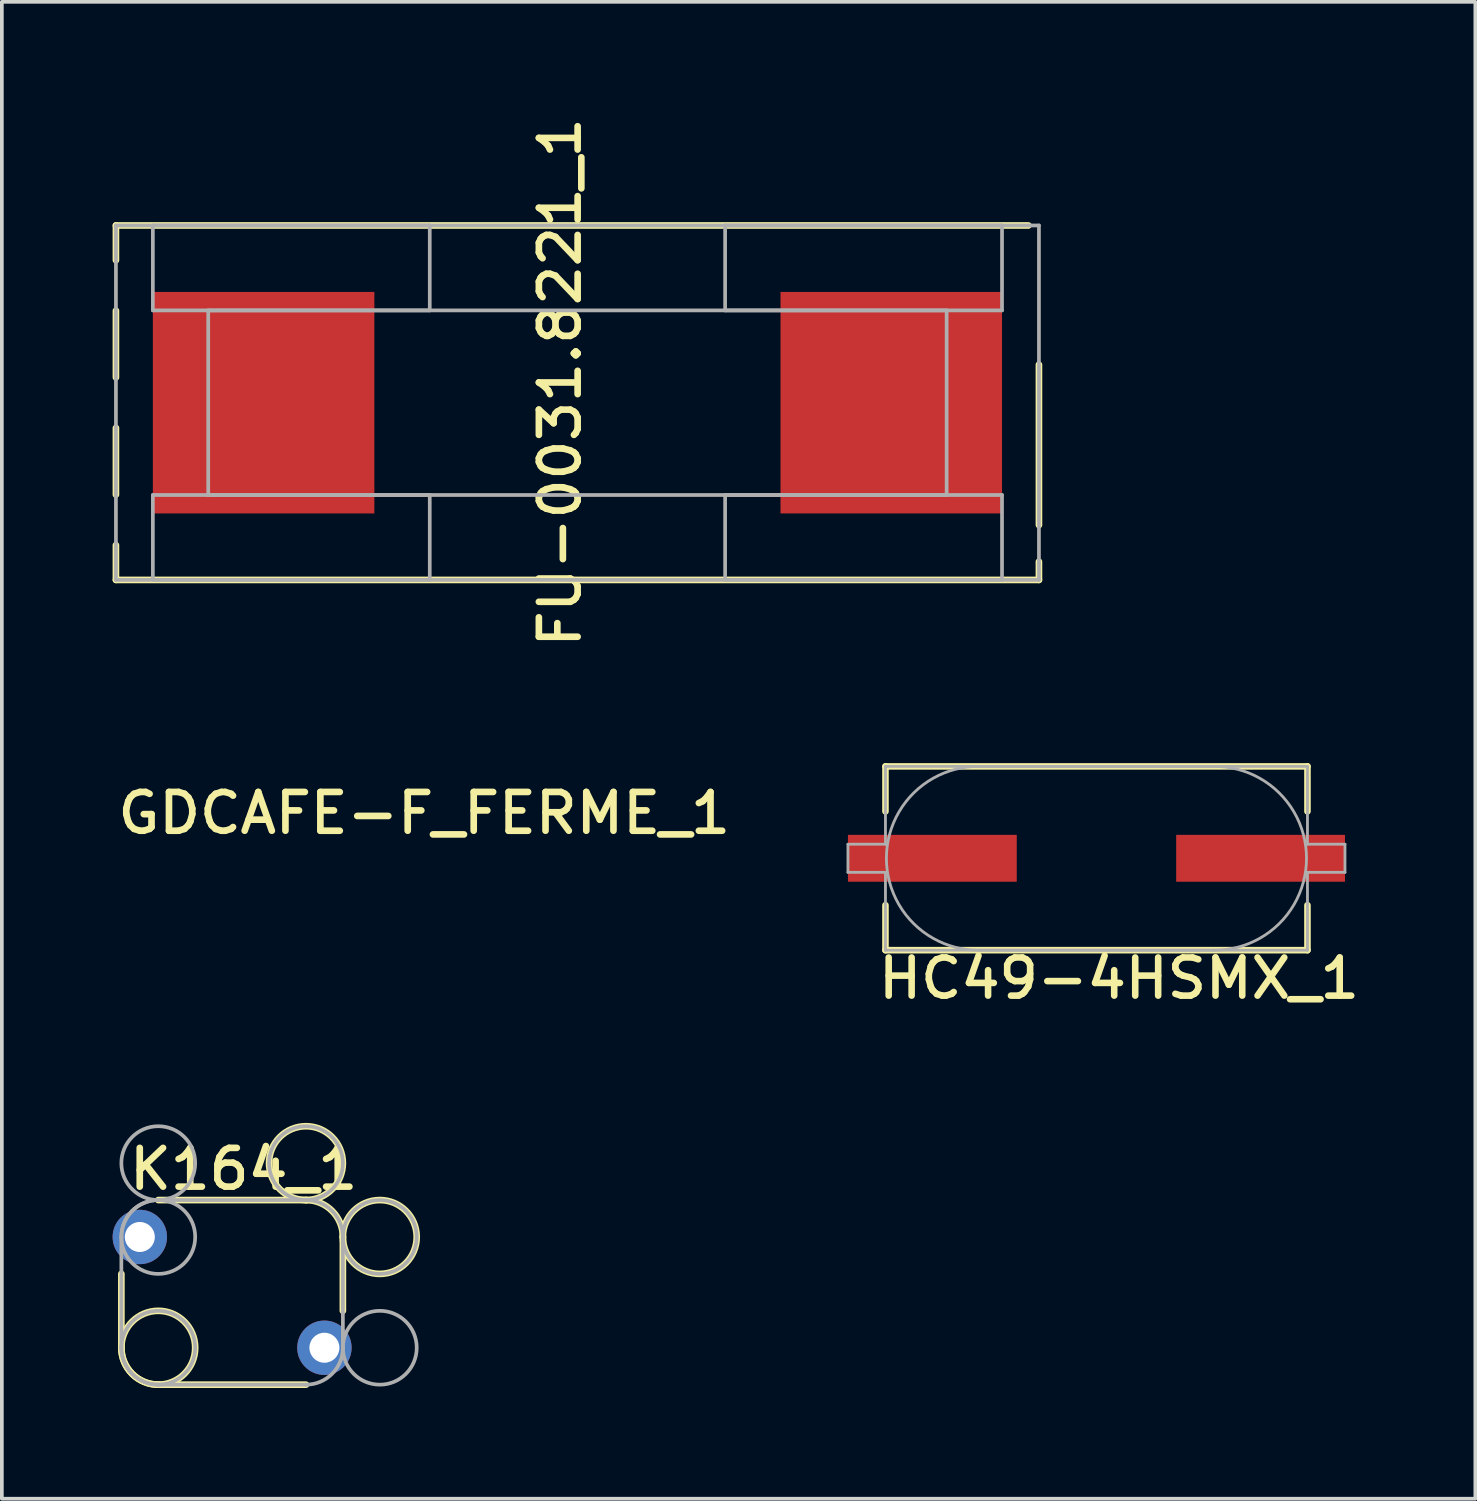
<source format=kicad_pcb>
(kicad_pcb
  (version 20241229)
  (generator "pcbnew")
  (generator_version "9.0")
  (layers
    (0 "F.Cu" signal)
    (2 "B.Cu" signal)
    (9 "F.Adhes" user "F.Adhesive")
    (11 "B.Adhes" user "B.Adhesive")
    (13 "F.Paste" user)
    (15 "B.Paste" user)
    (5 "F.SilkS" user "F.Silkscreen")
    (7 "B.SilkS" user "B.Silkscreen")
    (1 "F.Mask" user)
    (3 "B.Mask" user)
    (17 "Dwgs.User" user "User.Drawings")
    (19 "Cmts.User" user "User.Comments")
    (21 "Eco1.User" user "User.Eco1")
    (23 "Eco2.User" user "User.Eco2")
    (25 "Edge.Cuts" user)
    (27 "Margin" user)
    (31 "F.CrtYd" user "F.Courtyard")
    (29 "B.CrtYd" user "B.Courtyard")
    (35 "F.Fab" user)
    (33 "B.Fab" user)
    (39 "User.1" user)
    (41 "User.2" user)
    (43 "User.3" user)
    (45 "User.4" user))
  (footprint "FU-0031.8221_1"
    (layer "F.Cu")
    (at 12.59 7.857)
    (property "Reference" "FU-0031.8221_1" (at -0.471 -0.548 90) (unlocked yes) (layer "F.SilkS") (effects (font (size 1.05 1.104) (thickness 0.18))))
    (attr smd)
    (fp_line (start -12.5 -4.8) (end 12.215 -4.8) (stroke (width 0.18) (type solid)) (layer "F.SilkS"))
    (fp_line (start -12.5 -3.858) (end -12.5 -4.8) (stroke (width 0.18) (type solid)) (layer "F.SilkS"))
    (fp_line (start -12.5 -0.683) (end -12.5 -2.492) (stroke (width 0.18) (type solid)) (layer "F.SilkS"))
    (fp_line (start -12.5 2.492) (end -12.5 0.683) (stroke (width 0.18) (type solid)) (layer "F.SilkS"))
    (fp_line (start -12.5 4.8) (end -12.5 3.858) (stroke (width 0.18) (type solid)) (layer "F.SilkS"))
    (fp_line (start -12.5 4.8) (end 12.5 4.8) (stroke (width 0.18) (type solid)) (layer "F.SilkS"))
    (fp_line (start 12.5 3.315) (end 12.5 -1.031) (stroke (width 0.18) (type solid)) (layer "F.SilkS"))
    (fp_line (start 12.5 4.8) (end 12.5 4.305) (stroke (width 0.18) (type solid)) (layer "F.SilkS"))
    (fp_line (start -12.5 -4.8) (end 12.5 -4.8) (stroke (width 0.1) (type solid)) (layer "F.Fab"))
    (fp_line (start -12.5 4.8) (end -12.5 -4.8) (stroke (width 0.1) (type solid)) (layer "F.Fab"))
    (fp_line (start -12.5 4.8) (end 12.5 4.8) (stroke (width 0.1) (type solid)) (layer "F.Fab"))
    (fp_line (start -11.5 -4.8) (end -4 -4.8) (stroke (width 0.1) (type solid)) (layer "F.Fab"))
    (fp_line (start -11.5 -2.5) (end -11.5 -4.8) (stroke (width 0.1) (type solid)) (layer "F.Fab"))
    (fp_line (start -11.5 -2.5) (end -4 -2.5) (stroke (width 0.1) (type solid)) (layer "F.Fab"))
    (fp_line (start -11.5 2.5) (end -4 2.5) (stroke (width 0.1) (type solid)) (layer "F.Fab"))
    (fp_line (start -11.5 4.8) (end -11.5 2.5) (stroke (width 0.1) (type solid)) (layer "F.Fab"))
    (fp_line (start -11.5 4.8) (end -4 4.8) (stroke (width 0.1) (type solid)) (layer "F.Fab"))
    (fp_line (start -10 -2.5) (end 10 -2.5) (stroke (width 0.1) (type solid)) (layer "F.Fab"))
    (fp_line (start -10 2.5) (end -10 -2.5) (stroke (width 0.1) (type solid)) (layer "F.Fab"))
    (fp_line (start -10 2.5) (end 10 2.5) (stroke (width 0.1) (type solid)) (layer "F.Fab"))
    (fp_line (start -4 -2.5) (end -4 -4.8) (stroke (width 0.1) (type solid)) (layer "F.Fab"))
    (fp_line (start -4 4.8) (end -4 2.5) (stroke (width 0.1) (type solid)) (layer "F.Fab"))
    (fp_line (start 4 -4.8) (end 11.5 -4.8) (stroke (width 0.1) (type solid)) (layer "F.Fab"))
    (fp_line (start 4 -2.5) (end 4 -4.8) (stroke (width 0.1) (type solid)) (layer "F.Fab"))
    (fp_line (start 4 -2.5) (end 11.5 -2.5) (stroke (width 0.1) (type solid)) (layer "F.Fab"))
    (fp_line (start 4 2.5) (end 11.5 2.5) (stroke (width 0.1) (type solid)) (layer "F.Fab"))
    (fp_line (start 4 4.8) (end 4 2.5) (stroke (width 0.1) (type solid)) (layer "F.Fab"))
    (fp_line (start 4 4.8) (end 11.5 4.8) (stroke (width 0.1) (type solid)) (layer "F.Fab"))
    (fp_line (start 10 2.5) (end 10 -2.5) (stroke (width 0.1) (type solid)) (layer "F.Fab"))
    (fp_line (start 11.5 -2.5) (end 11.5 -4.8) (stroke (width 0.1) (type solid)) (layer "F.Fab"))
    (fp_line (start 11.5 4.8) (end 11.5 2.5) (stroke (width 0.1) (type solid)) (layer "F.Fab"))
    (fp_line (start 12.5 4.8) (end 12.5 -4.8) (stroke (width 0.1) (type solid)) (layer "F.Fab"))
    (pad "1" smd rect (at -8.5 0) (size 6 6) (layers "F.Cu" "F.Mask" "F.Paste"))
    (pad "2" smd rect (at 8.5 0) (size 6 6) (layers "F.Cu" "F.Mask" "F.Paste")))
  (footprint "K164_1"
    (layer "F.Cu")
    (at 3.237 31.954)
    (property "Reference" "K164_1" (at 0.311 -3.34 0) (unlocked yes) (layer "F.SilkS") (effects (font (size 1.05 1.104) (thickness 0.18))))
    (attr smd)
    (fp_line (start -3 1.5) (end -3 -0.5) (stroke (width 0.18) (type solid)) (layer "F.SilkS"))
    (fp_line (start -2 2.5) (end -2 2.5) (stroke (width 0.18) (type solid)) (layer "F.SilkS"))
    (fp_line (start -2 -2.5) (end 2 -2.5) (stroke (width 0.18) (type solid)) (layer "F.SilkS"))
    (fp_line (start -2 2.5) (end 2 2.5) (stroke (width 0.18) (type solid)) (layer "F.SilkS"))
    (fp_line (start 2 -2.5) (end 2 -2.5) (stroke (width 0.18) (type solid)) (layer "F.SilkS"))
    (fp_line (start 3 -1.5) (end 3 -1.5) (stroke (width 0.18) (type solid)) (layer "F.SilkS"))
    (fp_line (start 3 0.5) (end 3 -1.5) (stroke (width 0.18) (type solid)) (layer "F.SilkS"))
    (fp_arc (start -2.00001 2.5) (mid -2.70711 2.20711) (end -3 1.50001) (stroke (width 0.18) (type solid)) (layer "F.SilkS"))
    (fp_arc (start 2.00001 -2.5) (mid 2.70711 -2.20711) (end 3 -1.50001) (stroke (width 0.18) (type solid)) (layer "F.SilkS"))
    (fp_circle (center -2 1.5) (end -1 1.5) (stroke (width 0.18) (type solid)) (fill no) (layer "F.SilkS"))
    (fp_circle (center 2 -3.5) (end 3 -3.5) (stroke (width 0.18) (type solid)) (fill no) (layer "F.SilkS"))
    (fp_circle (center 4 -1.5) (end 5 -1.5) (stroke (width 0.18) (type solid)) (fill no) (layer "F.SilkS"))
    (fp_line (start -3 -1.5) (end -3 -1.5) (stroke (width 0.1) (type solid)) (layer "F.Fab"))
    (fp_line (start -3 1.5) (end -3 -1.5) (stroke (width 0.1) (type solid)) (layer "F.Fab"))
    (fp_line (start -3 1.5) (end -3 1.5) (stroke (width 0.1) (type solid)) (layer "F.Fab"))
    (fp_line (start -2 -2.5) (end -2 -2.5) (stroke (width 0.1) (type solid)) (layer "F.Fab"))
    (fp_line (start -2 2.5) (end -2 2.5) (stroke (width 0.1) (type solid)) (layer "F.Fab"))
    (fp_line (start -2 -2.5) (end 2 -2.5) (stroke (width 0.1) (type solid)) (layer "F.Fab"))
    (fp_line (start -2 2.5) (end 2 2.5) (stroke (width 0.1) (type solid)) (layer "F.Fab"))
    (fp_line (start 2 -2.5) (end 2 -2.5) (stroke (width 0.1) (type solid)) (layer "F.Fab"))
    (fp_line (start 2 2.5) (end 2 2.5) (stroke (width 0.1) (type solid)) (layer "F.Fab"))
    (fp_line (start 3 -1.5) (end 3 -1.5) (stroke (width 0.1) (type solid)) (layer "F.Fab"))
    (fp_line (start 3 1.5) (end 3 -1.5) (stroke (width 0.1) (type solid)) (layer "F.Fab"))
    (fp_line (start 3 1.5) (end 3 1.5) (stroke (width 0.1) (type solid)) (layer "F.Fab"))
    (fp_arc (start -3 -1.50001) (mid -2.70711 -2.20711) (end -2.00001 -2.5) (stroke (width 0.1) (type solid)) (layer "F.Fab"))
    (fp_arc (start -2.00001 2.5) (mid -2.70711 2.20711) (end -3 1.50001) (stroke (width 0.1) (type solid)) (layer "F.Fab"))
    (fp_arc (start 2.00001 -2.5) (mid 2.70711 -2.20711) (end 3 -1.50001) (stroke (width 0.1) (type solid)) (layer "F.Fab"))
    (fp_arc (start 3 1.50001) (mid 2.70711 2.20711) (end 2.00001 2.5) (stroke (width 0.1) (type solid)) (layer "F.Fab"))
    (fp_circle (center -2 -3.5) (end -1 -3.5) (stroke (width 0.1) (type solid)) (fill no) (layer "F.Fab"))
    (fp_circle (center -2 -1.5) (end -1 -1.5) (stroke (width 0.1) (type solid)) (fill no) (layer "F.Fab"))
    (fp_circle (center -2 1.5) (end -1 1.5) (stroke (width 0.1) (type solid)) (fill no) (layer "F.Fab"))
    (fp_circle (center 2 -3.5) (end 3 -3.5) (stroke (width 0.1) (type solid)) (fill no) (layer "F.Fab"))
    (fp_circle (center 4 -1.5) (end 5 -1.5) (stroke (width 0.1) (type solid)) (fill no) (layer "F.Fab"))
    (fp_circle (center 4 1.5) (end 5 1.5) (stroke (width 0.1) (type solid)) (fill no) (layer "F.Fab"))
    (pad "1" thru_hole circle (at -2.5 -1.5) (size 1.473 1.473) (drill 0.813) (layers "*.Cu" "*.Mask"))
    (pad "2" thru_hole circle (at 2.5 1.5) (size 1.473 1.473) (drill 0.813) (layers "*.Cu" "*.Mask")))
  (footprint "HC49-4HSMX_1"
    (layer "F.Cu")
    (at 26.648 20.197)
    (property "Reference" "HC49-4HSMX_1" (at 0.61 3.251 0) (unlocked yes) (layer "F.SilkS") (effects (font (size 1.033 1.087) (thickness 0.178))))
    (attr smd)
    (fp_line (start -5.715 -2.489) (end 5.715 -2.489) (stroke (width 0.178) (type solid)) (layer "F.SilkS"))
    (fp_line (start -5.715 -1.27) (end -5.715 -2.489) (stroke (width 0.178) (type solid)) (layer "F.SilkS"))
    (fp_line (start -5.715 2.489) (end -5.715 1.27) (stroke (width 0.178) (type solid)) (layer "F.SilkS"))
    (fp_line (start -5.715 2.489) (end 5.715 2.489) (stroke (width 0.178) (type solid)) (layer "F.SilkS"))
    (fp_line (start 5.715 -1.27) (end 5.715 -2.489) (stroke (width 0.178) (type solid)) (layer "F.SilkS"))
    (fp_line (start 5.715 2.489) (end 5.715 1.27) (stroke (width 0.178) (type solid)) (layer "F.SilkS"))
    (fp_line (start -6.731 -0.381) (end -5.715 -0.381) (stroke (width 0.076) (type solid)) (layer "F.Fab"))
    (fp_line (start -6.731 0.381) (end -6.731 -0.381) (stroke (width 0.076) (type solid)) (layer "F.Fab"))
    (fp_line (start -6.731 0.381) (end -5.715 0.381) (stroke (width 0.076) (type solid)) (layer "F.Fab"))
    (fp_line (start -5.715 -2.489) (end 5.715 -2.489) (stroke (width 0.076) (type solid)) (layer "F.Fab"))
    (fp_line (start -5.715 -0.381) (end -5.715 -2.489) (stroke (width 0.076) (type solid)) (layer "F.Fab"))
    (fp_line (start -5.715 2.489) (end -5.715 0.381) (stroke (width 0.076) (type solid)) (layer "F.Fab"))
    (fp_line (start -5.715 2.489) (end 5.715 2.489) (stroke (width 0.076) (type solid)) (layer "F.Fab"))
    (fp_line (start -3.175 -2.489) (end 3.175 -2.489) (stroke (width 0.076) (type solid)) (layer "F.Fab"))
    (fp_line (start -3.175 2.489) (end 3.175 2.489) (stroke (width 0.076) (type solid)) (layer "F.Fab"))
    (fp_line (start 5.715 -0.381) (end 5.715 -2.489) (stroke (width 0.076) (type solid)) (layer "F.Fab"))
    (fp_line (start 5.715 -0.381) (end 6.731 -0.381) (stroke (width 0.076) (type solid)) (layer "F.Fab"))
    (fp_line (start 5.715 0.381) (end 6.731 0.381) (stroke (width 0.076) (type solid)) (layer "F.Fab"))
    (fp_line (start 5.715 2.489) (end 5.715 0.381) (stroke (width 0.076) (type solid)) (layer "F.Fab"))
    (fp_line (start 6.731 0.381) (end 6.731 -0.381) (stroke (width 0.076) (type solid)) (layer "F.Fab"))
    (fp_arc (start -3.161302 2.488893) (mid -5.6896 0) (end -3.161301 -2.488893) (stroke (width 0.0762) (type solid)) (layer "F.Fab"))
    (fp_arc (start 3.161302 -2.488893) (mid 5.6896 0) (end 3.161301 2.488893) (stroke (width 0.0762) (type solid)) (layer "F.Fab"))
    (pad "1" smd rect (at -4.445 0) (size 4.572 1.27) (layers "F.Cu" "F.Mask" "F.Paste"))
    (pad "2" smd rect (at 4.445 0) (size 4.572 1.27) (layers "F.Cu" "F.Mask" "F.Paste")))
  (footprint "GDCAFE-F_FERME_1"
    (layer "F.Cu")
    (at 11.031 17.869)
    (property "Reference" "GDCAFE-F_FERME_1" (at -2.591 1.105 0) (unlocked yes) (layer "F.SilkS") (effects (font (size 1.05 1.104) (thickness 0.18))))
    (attr smd)
    (pad "1" smd circle (at 0.635 0) (size 0.005 0.005) (layers "F.Cu" "F.Mask" "F.Paste"))
    (pad "2" smd circle (at -0.635 0) (size 0.005 0.005) (layers "F.Cu" "F.Mask" "F.Paste")))
  (gr_rect
    (start -3 -3)
    (end 36.91 37.544)
    (stroke (width 0.1) (type default))
    (fill no)
    (layer "Edge.Cuts")))
</source>
